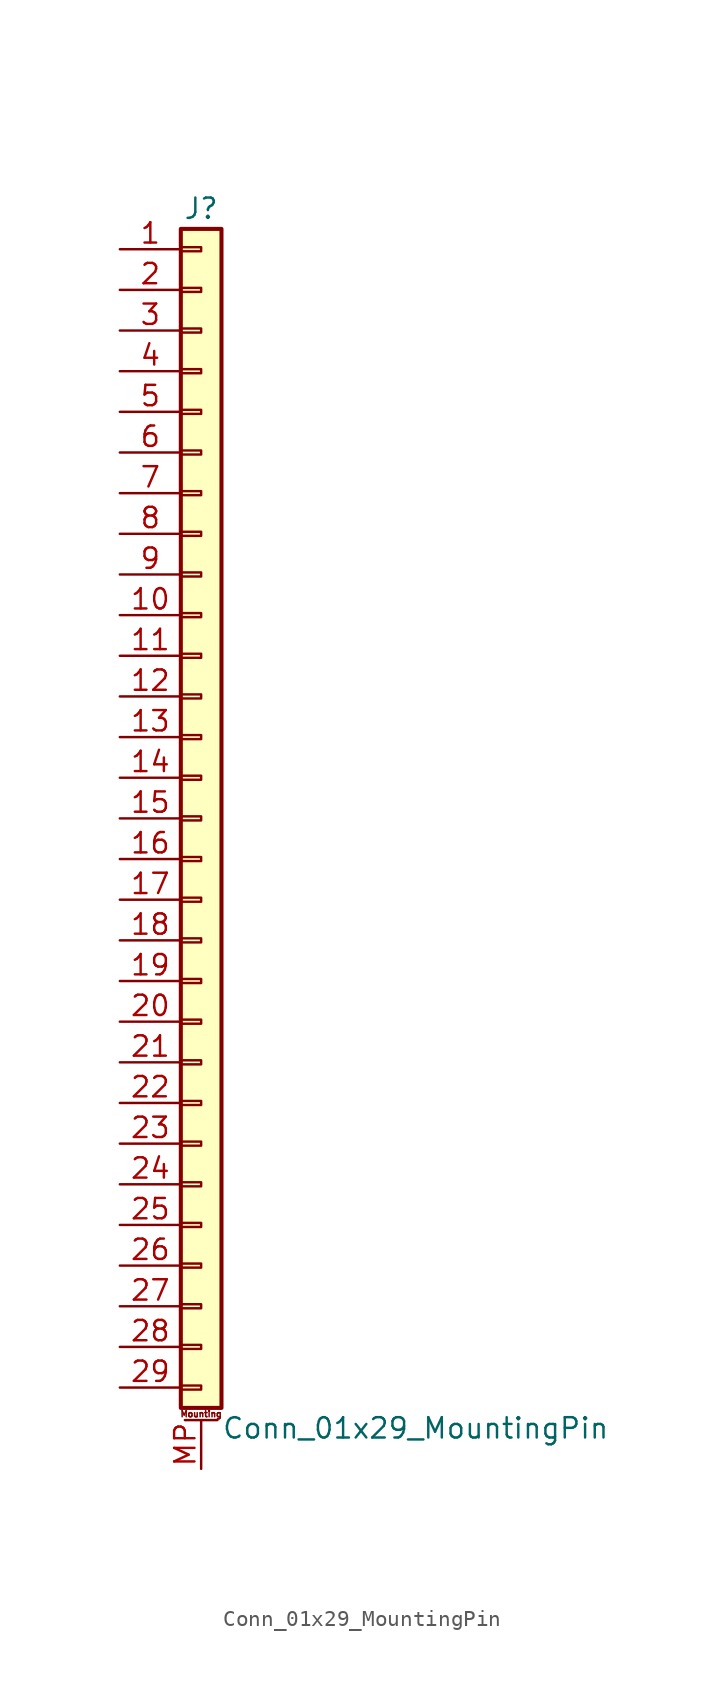
<source format=kicad_sym>
(kicad_symbol_lib
  (version 20211014)
  (generator kicad_symbol_editor)
  (symbol "Conn_01x29_MountingPin"
    (pin_names
      (offset 1.016) hide)
    (property "Reference" "J"
      (at 0 38.1 0)
      (effects (font (size 1.27 1.27))))
    (property "Value" "Conn_01x29_MountingPin"
      (at 1.27 -38.1 0)
      (effects (font (size 1.27 1.27)) (justify left)))
    (symbol "Conn_01x29_MountingPin_1_1"
      (rectangle (start -1.27 -35.433) (end 0 -35.687) (stroke (width 0.152) (type default) (color 0 0 0 0)) (fill (type none)))
      (rectangle (start -1.27 -32.893) (end 0 -33.147) (stroke (width 0.152) (type default) (color 0 0 0 0)) (fill (type none)))
      (rectangle (start -1.27 -30.353) (end 0 -30.607) (stroke (width 0.152) (type default) (color 0 0 0 0)) (fill (type none)))
      (rectangle (start -1.27 -27.813) (end 0 -28.067) (stroke (width 0.152) (type default) (color 0 0 0 0)) (fill (type none)))
      (rectangle (start -1.27 -25.273) (end 0 -25.527) (stroke (width 0.152) (type default) (color 0 0 0 0)) (fill (type none)))
      (rectangle (start -1.27 -22.733) (end 0 -22.987) (stroke (width 0.152) (type default) (color 0 0 0 0)) (fill (type none)))
      (rectangle (start -1.27 -20.193) (end 0 -20.447) (stroke (width 0.152) (type default) (color 0 0 0 0)) (fill (type none)))
      (rectangle (start -1.27 -17.653) (end 0 -17.907) (stroke (width 0.152) (type default) (color 0 0 0 0)) (fill (type none)))
      (rectangle (start -1.27 -15.113) (end 0 -15.367) (stroke (width 0.152) (type default) (color 0 0 0 0)) (fill (type none)))
      (rectangle (start -1.27 -12.573) (end 0 -12.827) (stroke (width 0.152) (type default) (color 0 0 0 0)) (fill (type none)))
      (rectangle (start -1.27 -10.033) (end 0 -10.287) (stroke (width 0.152) (type default) (color 0 0 0 0)) (fill (type none)))
      (rectangle (start -1.27 -7.493) (end 0 -7.747) (stroke (width 0.152) (type default) (color 0 0 0 0)) (fill (type none)))
      (rectangle (start -1.27 -4.953) (end 0 -5.207) (stroke (width 0.152) (type default) (color 0 0 0 0)) (fill (type none)))
      (rectangle (start -1.27 -2.413) (end 0 -2.667) (stroke (width 0.152) (type default) (color 0 0 0 0)) (fill (type none)))
      (rectangle (start -1.27 0.127) (end 0 -0.127) (stroke (width 0.152) (type default) (color 0 0 0 0)) (fill (type none)))
      (rectangle (start -1.27 2.667) (end 0 2.413) (stroke (width 0.152) (type default) (color 0 0 0 0)) (fill (type none)))
      (rectangle (start -1.27 5.207) (end 0 4.953) (stroke (width 0.152) (type default) (color 0 0 0 0)) (fill (type none)))
      (rectangle (start -1.27 7.747) (end 0 7.493) (stroke (width 0.152) (type default) (color 0 0 0 0)) (fill (type none)))
      (rectangle (start -1.27 10.287) (end 0 10.033) (stroke (width 0.152) (type default) (color 0 0 0 0)) (fill (type none)))
      (rectangle (start -1.27 12.827) (end 0 12.573) (stroke (width 0.152) (type default) (color 0 0 0 0)) (fill (type none)))
      (rectangle (start -1.27 15.367) (end 0 15.113) (stroke (width 0.152) (type default) (color 0 0 0 0)) (fill (type none)))
      (rectangle (start -1.27 17.907) (end 0 17.653) (stroke (width 0.152) (type default) (color 0 0 0 0)) (fill (type none)))
      (rectangle (start -1.27 20.447) (end 0 20.193) (stroke (width 0.152) (type default) (color 0 0 0 0)) (fill (type none)))
      (rectangle (start -1.27 22.987) (end 0 22.733) (stroke (width 0.152) (type default) (color 0 0 0 0)) (fill (type none)))
      (rectangle (start -1.27 25.527) (end 0 25.273) (stroke (width 0.152) (type default) (color 0 0 0 0)) (fill (type none)))
      (rectangle (start -1.27 28.067) (end 0 27.813) (stroke (width 0.152) (type default) (color 0 0 0 0)) (fill (type none)))
      (rectangle (start -1.27 30.607) (end 0 30.353) (stroke (width 0.152) (type default) (color 0 0 0 0)) (fill (type none)))
      (rectangle (start -1.27 33.147) (end 0 32.893) (stroke (width 0.152) (type default) (color 0 0 0 0)) (fill (type none)))
      (rectangle (start -1.27 35.687) (end 0 35.433) (stroke (width 0.152) (type default) (color 0 0 0 0)) (fill (type none)))
      (rectangle (start -1.27 36.83) (end 1.27 -36.83) (stroke (width 0.254) (type default) (color 0 0 0 0)) (fill (type background)))
      (polyline (pts (xy -1.016 -37.592) (xy 1.016 -37.592)) (stroke (width 0.152) (type default) (color 0 0 0 0)) (fill (type none)))
      (text "Mounting" (at 0 -37.211 0) (effects (font (size 0.381 0.381))))
      (pin passive line (at -5.08 35.56 0) (length 3.81) (name "Pin_1" (effects (font (size 1.27 1.27)))) (number "1" (effects (font (size 1.27 1.27)))))
      (pin passive line (at -5.08 12.7 0) (length 3.81) (name "Pin_10" (effects (font (size 1.27 1.27)))) (number "10" (effects (font (size 1.27 1.27)))))
      (pin passive line (at -5.08 10.16 0) (length 3.81) (name "Pin_11" (effects (font (size 1.27 1.27)))) (number "11" (effects (font (size 1.27 1.27)))))
      (pin passive line (at -5.08 7.62 0) (length 3.81) (name "Pin_12" (effects (font (size 1.27 1.27)))) (number "12" (effects (font (size 1.27 1.27)))))
      (pin passive line (at -5.08 5.08 0) (length 3.81) (name "Pin_13" (effects (font (size 1.27 1.27)))) (number "13" (effects (font (size 1.27 1.27)))))
      (pin passive line (at -5.08 2.54 0) (length 3.81) (name "Pin_14" (effects (font (size 1.27 1.27)))) (number "14" (effects (font (size 1.27 1.27)))))
      (pin passive line (at -5.08 0 0) (length 3.81) (name "Pin_15" (effects (font (size 1.27 1.27)))) (number "15" (effects (font (size 1.27 1.27)))))
      (pin passive line (at -5.08 -2.54 0) (length 3.81) (name "Pin_16" (effects (font (size 1.27 1.27)))) (number "16" (effects (font (size 1.27 1.27)))))
      (pin passive line (at -5.08 -5.08 0) (length 3.81) (name "Pin_17" (effects (font (size 1.27 1.27)))) (number "17" (effects (font (size 1.27 1.27)))))
      (pin passive line (at -5.08 -7.62 0) (length 3.81) (name "Pin_18" (effects (font (size 1.27 1.27)))) (number "18" (effects (font (size 1.27 1.27)))))
      (pin passive line (at -5.08 -10.16 0) (length 3.81) (name "Pin_19" (effects (font (size 1.27 1.27)))) (number "19" (effects (font (size 1.27 1.27)))))
      (pin passive line (at -5.08 33.02 0) (length 3.81) (name "Pin_2" (effects (font (size 1.27 1.27)))) (number "2" (effects (font (size 1.27 1.27)))))
      (pin passive line (at -5.08 -12.7 0) (length 3.81) (name "Pin_20" (effects (font (size 1.27 1.27)))) (number "20" (effects (font (size 1.27 1.27)))))
      (pin passive line (at -5.08 -15.24 0) (length 3.81) (name "Pin_21" (effects (font (size 1.27 1.27)))) (number "21" (effects (font (size 1.27 1.27)))))
      (pin passive line (at -5.08 -17.78 0) (length 3.81) (name "Pin_22" (effects (font (size 1.27 1.27)))) (number "22" (effects (font (size 1.27 1.27)))))
      (pin passive line (at -5.08 -20.32 0) (length 3.81) (name "Pin_23" (effects (font (size 1.27 1.27)))) (number "23" (effects (font (size 1.27 1.27)))))
      (pin passive line (at -5.08 -22.86 0) (length 3.81) (name "Pin_24" (effects (font (size 1.27 1.27)))) (number "24" (effects (font (size 1.27 1.27)))))
      (pin passive line (at -5.08 -25.4 0) (length 3.81) (name "Pin_25" (effects (font (size 1.27 1.27)))) (number "25" (effects (font (size 1.27 1.27)))))
      (pin passive line (at -5.08 -27.94 0) (length 3.81) (name "Pin_26" (effects (font (size 1.27 1.27)))) (number "26" (effects (font (size 1.27 1.27)))))
      (pin passive line (at -5.08 -30.48 0) (length 3.81) (name "Pin_27" (effects (font (size 1.27 1.27)))) (number "27" (effects (font (size 1.27 1.27)))))
      (pin passive line (at -5.08 -33.02 0) (length 3.81) (name "Pin_28" (effects (font (size 1.27 1.27)))) (number "28" (effects (font (size 1.27 1.27)))))
      (pin passive line (at -5.08 -35.56 0) (length 3.81) (name "Pin_29" (effects (font (size 1.27 1.27)))) (number "29" (effects (font (size 1.27 1.27)))))
      (pin passive line (at -5.08 30.48 0) (length 3.81) (name "Pin_3" (effects (font (size 1.27 1.27)))) (number "3" (effects (font (size 1.27 1.27)))))
      (pin passive line (at -5.08 27.94 0) (length 3.81) (name "Pin_4" (effects (font (size 1.27 1.27)))) (number "4" (effects (font (size 1.27 1.27)))))
      (pin passive line (at -5.08 25.4 0) (length 3.81) (name "Pin_5" (effects (font (size 1.27 1.27)))) (number "5" (effects (font (size 1.27 1.27)))))
      (pin passive line (at -5.08 22.86 0) (length 3.81) (name "Pin_6" (effects (font (size 1.27 1.27)))) (number "6" (effects (font (size 1.27 1.27)))))
      (pin passive line (at -5.08 20.32 0) (length 3.81) (name "Pin_7" (effects (font (size 1.27 1.27)))) (number "7" (effects (font (size 1.27 1.27)))))
      (pin passive line (at -5.08 17.78 0) (length 3.81) (name "Pin_8" (effects (font (size 1.27 1.27)))) (number "8" (effects (font (size 1.27 1.27)))))
      (pin passive line (at -5.08 15.24 0) (length 3.81) (name "Pin_9" (effects (font (size 1.27 1.27)))) (number "9" (effects (font (size 1.27 1.27)))))
      (pin passive line (at 0 -40.64 90) (length 3.048) (name "MountPin" (effects (font (size 1.27 1.27)))) (number "MP" (effects (font (size 1.27 1.27))))))))
</source>
